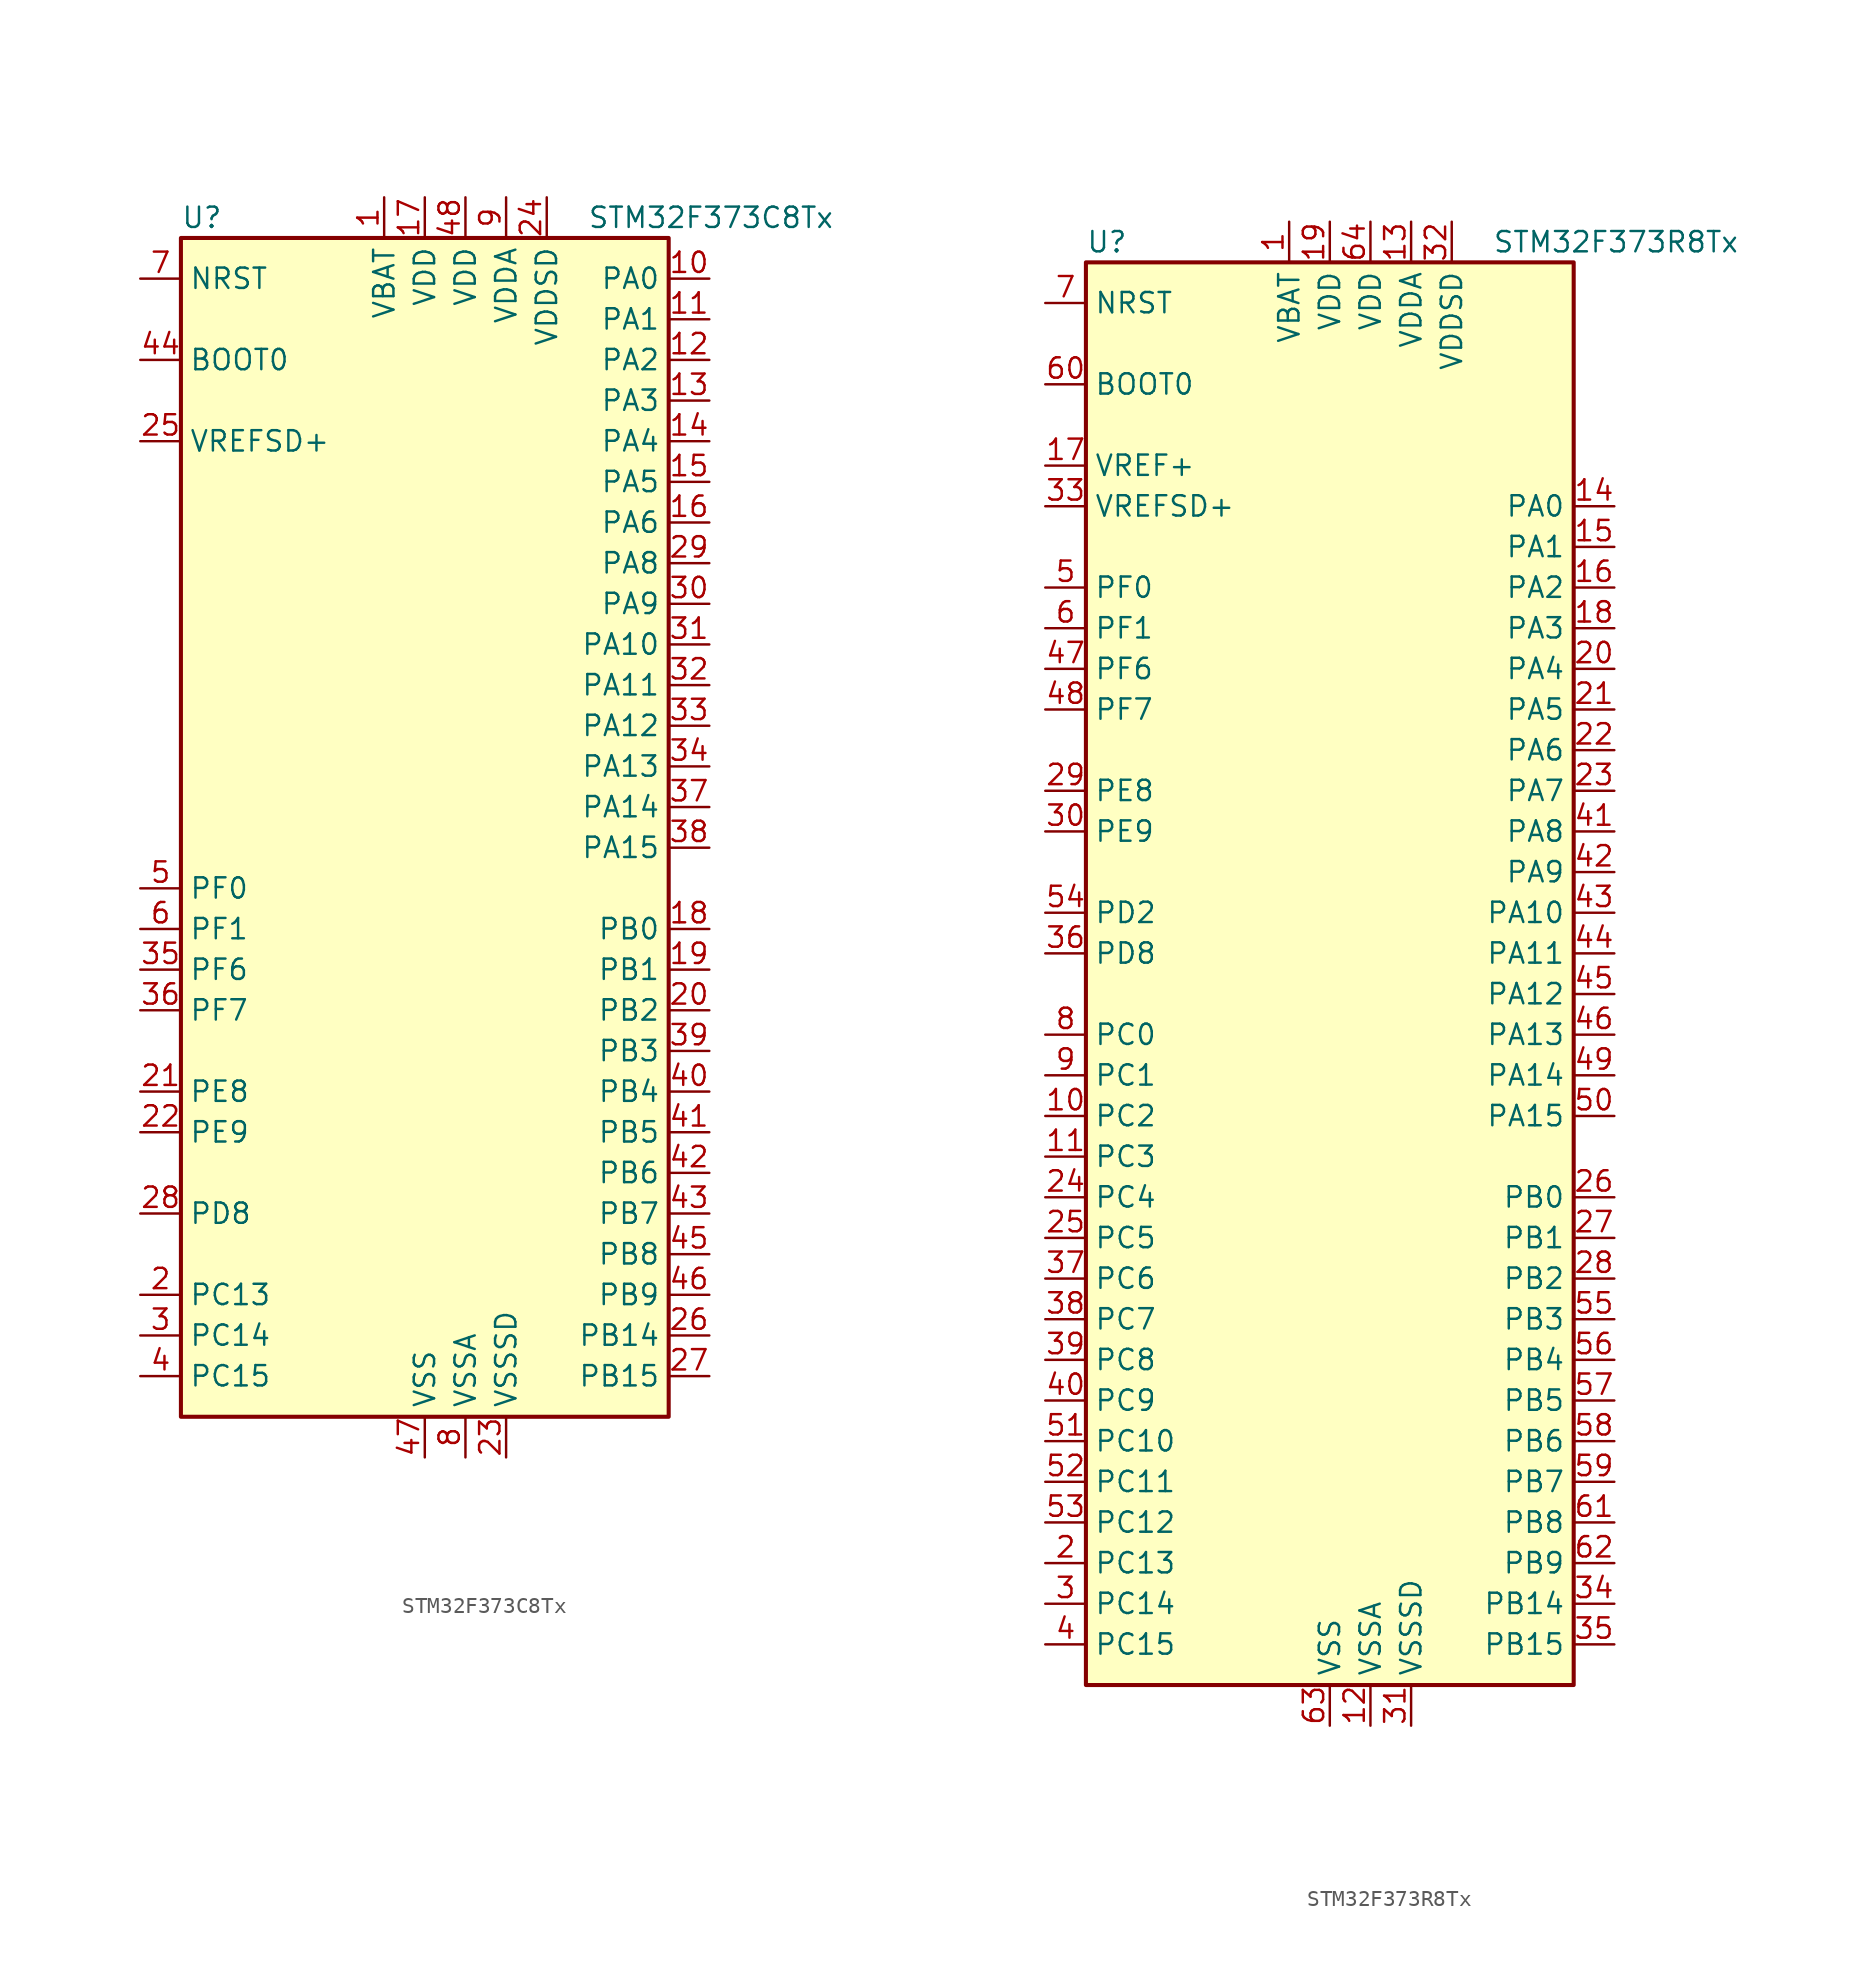
<source format=kicad_sym>
(kicad_symbol_lib
  (version 20201005)
  (generator kicad_symbol_editor)
  (symbol "STM32F373C8Tx"
    (property "Reference" "U"
      (at -15.24 36.83 0)
      (effects (font (size 1.27 1.27)) (justify left)))
    (property "Value" "STM32F373C8Tx"
      (at 10.16 36.83 0)
      (effects (font (size 1.27 1.27)) (justify left)))
    (symbol "STM32F373C8Tx_0_1"
      (rectangle (start -15.24 -38.1) (end 15.24 35.56) (stroke (width 0.254)) (fill (type background))))
    (symbol "STM32F373C8Tx_1_1"
      (pin power_in line (at -2.54 38.1 270) (length 2.54) (name "VBAT" (effects (font (size 1.27 1.27)))) (number "1" (effects (font (size 1.27 1.27)))))
      (pin bidirectional line (at 17.78 33.02 180) (length 2.54) (name "PA0" (effects (font (size 1.27 1.27)))) (number "10" (effects (font (size 1.27 1.27)))))
      (pin bidirectional line (at 17.78 30.48 180) (length 2.54) (name "PA1" (effects (font (size 1.27 1.27)))) (number "11" (effects (font (size 1.27 1.27)))))
      (pin bidirectional line (at 17.78 27.94 180) (length 2.54) (name "PA2" (effects (font (size 1.27 1.27)))) (number "12" (effects (font (size 1.27 1.27)))))
      (pin bidirectional line (at 17.78 25.4 180) (length 2.54) (name "PA3" (effects (font (size 1.27 1.27)))) (number "13" (effects (font (size 1.27 1.27)))))
      (pin bidirectional line (at 17.78 22.86 180) (length 2.54) (name "PA4" (effects (font (size 1.27 1.27)))) (number "14" (effects (font (size 1.27 1.27)))))
      (pin bidirectional line (at 17.78 20.32 180) (length 2.54) (name "PA5" (effects (font (size 1.27 1.27)))) (number "15" (effects (font (size 1.27 1.27)))))
      (pin bidirectional line (at 17.78 17.78 180) (length 2.54) (name "PA6" (effects (font (size 1.27 1.27)))) (number "16" (effects (font (size 1.27 1.27)))))
      (pin power_in line (at 0 38.1 270) (length 2.54) (name "VDD" (effects (font (size 1.27 1.27)))) (number "17" (effects (font (size 1.27 1.27)))))
      (pin bidirectional line (at 17.78 -7.62 180) (length 2.54) (name "PB0" (effects (font (size 1.27 1.27)))) (number "18" (effects (font (size 1.27 1.27)))))
      (pin bidirectional line (at 17.78 -10.16 180) (length 2.54) (name "PB1" (effects (font (size 1.27 1.27)))) (number "19" (effects (font (size 1.27 1.27)))))
      (pin bidirectional line (at -17.78 -30.48 0) (length 2.54) (name "PC13" (effects (font (size 1.27 1.27)))) (number "2" (effects (font (size 1.27 1.27)))))
      (pin bidirectional line (at 17.78 -12.7 180) (length 2.54) (name "PB2" (effects (font (size 1.27 1.27)))) (number "20" (effects (font (size 1.27 1.27)))))
      (pin bidirectional line (at -17.78 -17.78 0) (length 2.54) (name "PE8" (effects (font (size 1.27 1.27)))) (number "21" (effects (font (size 1.27 1.27)))))
      (pin bidirectional line (at -17.78 -20.32 0) (length 2.54) (name "PE9" (effects (font (size 1.27 1.27)))) (number "22" (effects (font (size 1.27 1.27)))))
      (pin power_in line (at 5.08 -40.64 90) (length 2.54) (name "VSSSD" (effects (font (size 1.27 1.27)))) (number "23" (effects (font (size 1.27 1.27)))))
      (pin power_in line (at 7.62 38.1 270) (length 2.54) (name "VDDSD" (effects (font (size 1.27 1.27)))) (number "24" (effects (font (size 1.27 1.27)))))
      (pin power_in line (at -17.78 22.86 0) (length 2.54) (name "VREFSD+" (effects (font (size 1.27 1.27)))) (number "25" (effects (font (size 1.27 1.27)))))
      (pin bidirectional line (at 17.78 -33.02 180) (length 2.54) (name "PB14" (effects (font (size 1.27 1.27)))) (number "26" (effects (font (size 1.27 1.27)))))
      (pin bidirectional line (at 17.78 -35.56 180) (length 2.54) (name "PB15" (effects (font (size 1.27 1.27)))) (number "27" (effects (font (size 1.27 1.27)))))
      (pin bidirectional line (at -17.78 -25.4 0) (length 2.54) (name "PD8" (effects (font (size 1.27 1.27)))) (number "28" (effects (font (size 1.27 1.27)))))
      (pin bidirectional line (at 17.78 15.24 180) (length 2.54) (name "PA8" (effects (font (size 1.27 1.27)))) (number "29" (effects (font (size 1.27 1.27)))))
      (pin bidirectional line (at -17.78 -33.02 0) (length 2.54) (name "PC14" (effects (font (size 1.27 1.27)))) (number "3" (effects (font (size 1.27 1.27)))))
      (pin bidirectional line (at 17.78 12.7 180) (length 2.54) (name "PA9" (effects (font (size 1.27 1.27)))) (number "30" (effects (font (size 1.27 1.27)))))
      (pin bidirectional line (at 17.78 10.16 180) (length 2.54) (name "PA10" (effects (font (size 1.27 1.27)))) (number "31" (effects (font (size 1.27 1.27)))))
      (pin bidirectional line (at 17.78 7.62 180) (length 2.54) (name "PA11" (effects (font (size 1.27 1.27)))) (number "32" (effects (font (size 1.27 1.27)))))
      (pin bidirectional line (at 17.78 5.08 180) (length 2.54) (name "PA12" (effects (font (size 1.27 1.27)))) (number "33" (effects (font (size 1.27 1.27)))))
      (pin bidirectional line (at 17.78 2.54 180) (length 2.54) (name "PA13" (effects (font (size 1.27 1.27)))) (number "34" (effects (font (size 1.27 1.27)))))
      (pin bidirectional line (at -17.78 -10.16 0) (length 2.54) (name "PF6" (effects (font (size 1.27 1.27)))) (number "35" (effects (font (size 1.27 1.27)))))
      (pin bidirectional line (at -17.78 -12.7 0) (length 2.54) (name "PF7" (effects (font (size 1.27 1.27)))) (number "36" (effects (font (size 1.27 1.27)))))
      (pin bidirectional line (at 17.78 0 180) (length 2.54) (name "PA14" (effects (font (size 1.27 1.27)))) (number "37" (effects (font (size 1.27 1.27)))))
      (pin bidirectional line (at 17.78 -2.54 180) (length 2.54) (name "PA15" (effects (font (size 1.27 1.27)))) (number "38" (effects (font (size 1.27 1.27)))))
      (pin bidirectional line (at 17.78 -15.24 180) (length 2.54) (name "PB3" (effects (font (size 1.27 1.27)))) (number "39" (effects (font (size 1.27 1.27)))))
      (pin bidirectional line (at -17.78 -35.56 0) (length 2.54) (name "PC15" (effects (font (size 1.27 1.27)))) (number "4" (effects (font (size 1.27 1.27)))))
      (pin bidirectional line (at 17.78 -17.78 180) (length 2.54) (name "PB4" (effects (font (size 1.27 1.27)))) (number "40" (effects (font (size 1.27 1.27)))))
      (pin bidirectional line (at 17.78 -20.32 180) (length 2.54) (name "PB5" (effects (font (size 1.27 1.27)))) (number "41" (effects (font (size 1.27 1.27)))))
      (pin bidirectional line (at 17.78 -22.86 180) (length 2.54) (name "PB6" (effects (font (size 1.27 1.27)))) (number "42" (effects (font (size 1.27 1.27)))))
      (pin bidirectional line (at 17.78 -25.4 180) (length 2.54) (name "PB7" (effects (font (size 1.27 1.27)))) (number "43" (effects (font (size 1.27 1.27)))))
      (pin input line (at -17.78 27.94 0) (length 2.54) (name "BOOT0" (effects (font (size 1.27 1.27)))) (number "44" (effects (font (size 1.27 1.27)))))
      (pin bidirectional line (at 17.78 -27.94 180) (length 2.54) (name "PB8" (effects (font (size 1.27 1.27)))) (number "45" (effects (font (size 1.27 1.27)))))
      (pin bidirectional line (at 17.78 -30.48 180) (length 2.54) (name "PB9" (effects (font (size 1.27 1.27)))) (number "46" (effects (font (size 1.27 1.27)))))
      (pin power_in line (at 0 -40.64 90) (length 2.54) (name "VSS" (effects (font (size 1.27 1.27)))) (number "47" (effects (font (size 1.27 1.27)))))
      (pin power_in line (at 2.54 38.1 270) (length 2.54) (name "VDD" (effects (font (size 1.27 1.27)))) (number "48" (effects (font (size 1.27 1.27)))))
      (pin input line (at -17.78 -5.08 0) (length 2.54) (name "PF0" (effects (font (size 1.27 1.27)))) (number "5" (effects (font (size 1.27 1.27)))))
      (pin input line (at -17.78 -7.62 0) (length 2.54) (name "PF1" (effects (font (size 1.27 1.27)))) (number "6" (effects (font (size 1.27 1.27)))))
      (pin input line (at -17.78 33.02 0) (length 2.54) (name "NRST" (effects (font (size 1.27 1.27)))) (number "7" (effects (font (size 1.27 1.27)))))
      (pin power_in line (at 2.54 -40.64 90) (length 2.54) (name "VSSA" (effects (font (size 1.27 1.27)))) (number "8" (effects (font (size 1.27 1.27)))))
      (pin power_in line (at 5.08 38.1 270) (length 2.54) (name "VDDA" (effects (font (size 1.27 1.27)))) (number "9" (effects (font (size 1.27 1.27)))))))
  (symbol "STM32F373R8Tx"
    (property "Reference" "U"
      (at -15.24 44.45 0)
      (effects (font (size 1.27 1.27)) (justify left)))
    (property "Value" "STM32F373R8Tx"
      (at 10.16 44.45 0)
      (effects (font (size 1.27 1.27)) (justify left)))
    (symbol "STM32F373R8Tx_0_1"
      (rectangle (start -15.24 -45.72) (end 15.24 43.18) (stroke (width 0.254)) (fill (type background))))
    (symbol "STM32F373R8Tx_1_1"
      (pin power_in line (at -2.54 45.72 270) (length 2.54) (name "VBAT" (effects (font (size 1.27 1.27)))) (number "1" (effects (font (size 1.27 1.27)))))
      (pin bidirectional line (at -17.78 -10.16 0) (length 2.54) (name "PC2" (effects (font (size 1.27 1.27)))) (number "10" (effects (font (size 1.27 1.27)))))
      (pin bidirectional line (at -17.78 -12.7 0) (length 2.54) (name "PC3" (effects (font (size 1.27 1.27)))) (number "11" (effects (font (size 1.27 1.27)))))
      (pin power_in line (at 2.54 -48.26 90) (length 2.54) (name "VSSA" (effects (font (size 1.27 1.27)))) (number "12" (effects (font (size 1.27 1.27)))))
      (pin power_in line (at 5.08 45.72 270) (length 2.54) (name "VDDA" (effects (font (size 1.27 1.27)))) (number "13" (effects (font (size 1.27 1.27)))))
      (pin bidirectional line (at 17.78 27.94 180) (length 2.54) (name "PA0" (effects (font (size 1.27 1.27)))) (number "14" (effects (font (size 1.27 1.27)))))
      (pin bidirectional line (at 17.78 25.4 180) (length 2.54) (name "PA1" (effects (font (size 1.27 1.27)))) (number "15" (effects (font (size 1.27 1.27)))))
      (pin bidirectional line (at 17.78 22.86 180) (length 2.54) (name "PA2" (effects (font (size 1.27 1.27)))) (number "16" (effects (font (size 1.27 1.27)))))
      (pin power_in line (at -17.78 30.48 0) (length 2.54) (name "VREF+" (effects (font (size 1.27 1.27)))) (number "17" (effects (font (size 1.27 1.27)))))
      (pin bidirectional line (at 17.78 20.32 180) (length 2.54) (name "PA3" (effects (font (size 1.27 1.27)))) (number "18" (effects (font (size 1.27 1.27)))))
      (pin power_in line (at 0 45.72 270) (length 2.54) (name "VDD" (effects (font (size 1.27 1.27)))) (number "19" (effects (font (size 1.27 1.27)))))
      (pin bidirectional line (at -17.78 -38.1 0) (length 2.54) (name "PC13" (effects (font (size 1.27 1.27)))) (number "2" (effects (font (size 1.27 1.27)))))
      (pin bidirectional line (at 17.78 17.78 180) (length 2.54) (name "PA4" (effects (font (size 1.27 1.27)))) (number "20" (effects (font (size 1.27 1.27)))))
      (pin bidirectional line (at 17.78 15.24 180) (length 2.54) (name "PA5" (effects (font (size 1.27 1.27)))) (number "21" (effects (font (size 1.27 1.27)))))
      (pin bidirectional line (at 17.78 12.7 180) (length 2.54) (name "PA6" (effects (font (size 1.27 1.27)))) (number "22" (effects (font (size 1.27 1.27)))))
      (pin bidirectional line (at 17.78 10.16 180) (length 2.54) (name "PA7" (effects (font (size 1.27 1.27)))) (number "23" (effects (font (size 1.27 1.27)))))
      (pin bidirectional line (at -17.78 -15.24 0) (length 2.54) (name "PC4" (effects (font (size 1.27 1.27)))) (number "24" (effects (font (size 1.27 1.27)))))
      (pin bidirectional line (at -17.78 -17.78 0) (length 2.54) (name "PC5" (effects (font (size 1.27 1.27)))) (number "25" (effects (font (size 1.27 1.27)))))
      (pin bidirectional line (at 17.78 -15.24 180) (length 2.54) (name "PB0" (effects (font (size 1.27 1.27)))) (number "26" (effects (font (size 1.27 1.27)))))
      (pin bidirectional line (at 17.78 -17.78 180) (length 2.54) (name "PB1" (effects (font (size 1.27 1.27)))) (number "27" (effects (font (size 1.27 1.27)))))
      (pin bidirectional line (at 17.78 -20.32 180) (length 2.54) (name "PB2" (effects (font (size 1.27 1.27)))) (number "28" (effects (font (size 1.27 1.27)))))
      (pin bidirectional line (at -17.78 10.16 0) (length 2.54) (name "PE8" (effects (font (size 1.27 1.27)))) (number "29" (effects (font (size 1.27 1.27)))))
      (pin bidirectional line (at -17.78 -40.64 0) (length 2.54) (name "PC14" (effects (font (size 1.27 1.27)))) (number "3" (effects (font (size 1.27 1.27)))))
      (pin bidirectional line (at -17.78 7.62 0) (length 2.54) (name "PE9" (effects (font (size 1.27 1.27)))) (number "30" (effects (font (size 1.27 1.27)))))
      (pin power_in line (at 5.08 -48.26 90) (length 2.54) (name "VSSSD" (effects (font (size 1.27 1.27)))) (number "31" (effects (font (size 1.27 1.27)))))
      (pin power_in line (at 7.62 45.72 270) (length 2.54) (name "VDDSD" (effects (font (size 1.27 1.27)))) (number "32" (effects (font (size 1.27 1.27)))))
      (pin power_in line (at -17.78 27.94 0) (length 2.54) (name "VREFSD+" (effects (font (size 1.27 1.27)))) (number "33" (effects (font (size 1.27 1.27)))))
      (pin bidirectional line (at 17.78 -40.64 180) (length 2.54) (name "PB14" (effects (font (size 1.27 1.27)))) (number "34" (effects (font (size 1.27 1.27)))))
      (pin bidirectional line (at 17.78 -43.18 180) (length 2.54) (name "PB15" (effects (font (size 1.27 1.27)))) (number "35" (effects (font (size 1.27 1.27)))))
      (pin bidirectional line (at -17.78 0 0) (length 2.54) (name "PD8" (effects (font (size 1.27 1.27)))) (number "36" (effects (font (size 1.27 1.27)))))
      (pin bidirectional line (at -17.78 -20.32 0) (length 2.54) (name "PC6" (effects (font (size 1.27 1.27)))) (number "37" (effects (font (size 1.27 1.27)))))
      (pin bidirectional line (at -17.78 -22.86 0) (length 2.54) (name "PC7" (effects (font (size 1.27 1.27)))) (number "38" (effects (font (size 1.27 1.27)))))
      (pin bidirectional line (at -17.78 -25.4 0) (length 2.54) (name "PC8" (effects (font (size 1.27 1.27)))) (number "39" (effects (font (size 1.27 1.27)))))
      (pin bidirectional line (at -17.78 -43.18 0) (length 2.54) (name "PC15" (effects (font (size 1.27 1.27)))) (number "4" (effects (font (size 1.27 1.27)))))
      (pin bidirectional line (at -17.78 -27.94 0) (length 2.54) (name "PC9" (effects (font (size 1.27 1.27)))) (number "40" (effects (font (size 1.27 1.27)))))
      (pin bidirectional line (at 17.78 7.62 180) (length 2.54) (name "PA8" (effects (font (size 1.27 1.27)))) (number "41" (effects (font (size 1.27 1.27)))))
      (pin bidirectional line (at 17.78 5.08 180) (length 2.54) (name "PA9" (effects (font (size 1.27 1.27)))) (number "42" (effects (font (size 1.27 1.27)))))
      (pin bidirectional line (at 17.78 2.54 180) (length 2.54) (name "PA10" (effects (font (size 1.27 1.27)))) (number "43" (effects (font (size 1.27 1.27)))))
      (pin bidirectional line (at 17.78 0 180) (length 2.54) (name "PA11" (effects (font (size 1.27 1.27)))) (number "44" (effects (font (size 1.27 1.27)))))
      (pin bidirectional line (at 17.78 -2.54 180) (length 2.54) (name "PA12" (effects (font (size 1.27 1.27)))) (number "45" (effects (font (size 1.27 1.27)))))
      (pin bidirectional line (at 17.78 -5.08 180) (length 2.54) (name "PA13" (effects (font (size 1.27 1.27)))) (number "46" (effects (font (size 1.27 1.27)))))
      (pin bidirectional line (at -17.78 17.78 0) (length 2.54) (name "PF6" (effects (font (size 1.27 1.27)))) (number "47" (effects (font (size 1.27 1.27)))))
      (pin bidirectional line (at -17.78 15.24 0) (length 2.54) (name "PF7" (effects (font (size 1.27 1.27)))) (number "48" (effects (font (size 1.27 1.27)))))
      (pin bidirectional line (at 17.78 -7.62 180) (length 2.54) (name "PA14" (effects (font (size 1.27 1.27)))) (number "49" (effects (font (size 1.27 1.27)))))
      (pin input line (at -17.78 22.86 0) (length 2.54) (name "PF0" (effects (font (size 1.27 1.27)))) (number "5" (effects (font (size 1.27 1.27)))))
      (pin bidirectional line (at 17.78 -10.16 180) (length 2.54) (name "PA15" (effects (font (size 1.27 1.27)))) (number "50" (effects (font (size 1.27 1.27)))))
      (pin bidirectional line (at -17.78 -30.48 0) (length 2.54) (name "PC10" (effects (font (size 1.27 1.27)))) (number "51" (effects (font (size 1.27 1.27)))))
      (pin bidirectional line (at -17.78 -33.02 0) (length 2.54) (name "PC11" (effects (font (size 1.27 1.27)))) (number "52" (effects (font (size 1.27 1.27)))))
      (pin bidirectional line (at -17.78 -35.56 0) (length 2.54) (name "PC12" (effects (font (size 1.27 1.27)))) (number "53" (effects (font (size 1.27 1.27)))))
      (pin bidirectional line (at -17.78 2.54 0) (length 2.54) (name "PD2" (effects (font (size 1.27 1.27)))) (number "54" (effects (font (size 1.27 1.27)))))
      (pin bidirectional line (at 17.78 -22.86 180) (length 2.54) (name "PB3" (effects (font (size 1.27 1.27)))) (number "55" (effects (font (size 1.27 1.27)))))
      (pin bidirectional line (at 17.78 -25.4 180) (length 2.54) (name "PB4" (effects (font (size 1.27 1.27)))) (number "56" (effects (font (size 1.27 1.27)))))
      (pin bidirectional line (at 17.78 -27.94 180) (length 2.54) (name "PB5" (effects (font (size 1.27 1.27)))) (number "57" (effects (font (size 1.27 1.27)))))
      (pin bidirectional line (at 17.78 -30.48 180) (length 2.54) (name "PB6" (effects (font (size 1.27 1.27)))) (number "58" (effects (font (size 1.27 1.27)))))
      (pin bidirectional line (at 17.78 -33.02 180) (length 2.54) (name "PB7" (effects (font (size 1.27 1.27)))) (number "59" (effects (font (size 1.27 1.27)))))
      (pin input line (at -17.78 20.32 0) (length 2.54) (name "PF1" (effects (font (size 1.27 1.27)))) (number "6" (effects (font (size 1.27 1.27)))))
      (pin input line (at -17.78 35.56 0) (length 2.54) (name "BOOT0" (effects (font (size 1.27 1.27)))) (number "60" (effects (font (size 1.27 1.27)))))
      (pin bidirectional line (at 17.78 -35.56 180) (length 2.54) (name "PB8" (effects (font (size 1.27 1.27)))) (number "61" (effects (font (size 1.27 1.27)))))
      (pin bidirectional line (at 17.78 -38.1 180) (length 2.54) (name "PB9" (effects (font (size 1.27 1.27)))) (number "62" (effects (font (size 1.27 1.27)))))
      (pin power_in line (at 0 -48.26 90) (length 2.54) (name "VSS" (effects (font (size 1.27 1.27)))) (number "63" (effects (font (size 1.27 1.27)))))
      (pin power_in line (at 2.54 45.72 270) (length 2.54) (name "VDD" (effects (font (size 1.27 1.27)))) (number "64" (effects (font (size 1.27 1.27)))))
      (pin input line (at -17.78 40.64 0) (length 2.54) (name "NRST" (effects (font (size 1.27 1.27)))) (number "7" (effects (font (size 1.27 1.27)))))
      (pin bidirectional line (at -17.78 -5.08 0) (length 2.54) (name "PC0" (effects (font (size 1.27 1.27)))) (number "8" (effects (font (size 1.27 1.27)))))
      (pin bidirectional line (at -17.78 -7.62 0) (length 2.54) (name "PC1" (effects (font (size 1.27 1.27)))) (number "9" (effects (font (size 1.27 1.27))))))))
</source>
